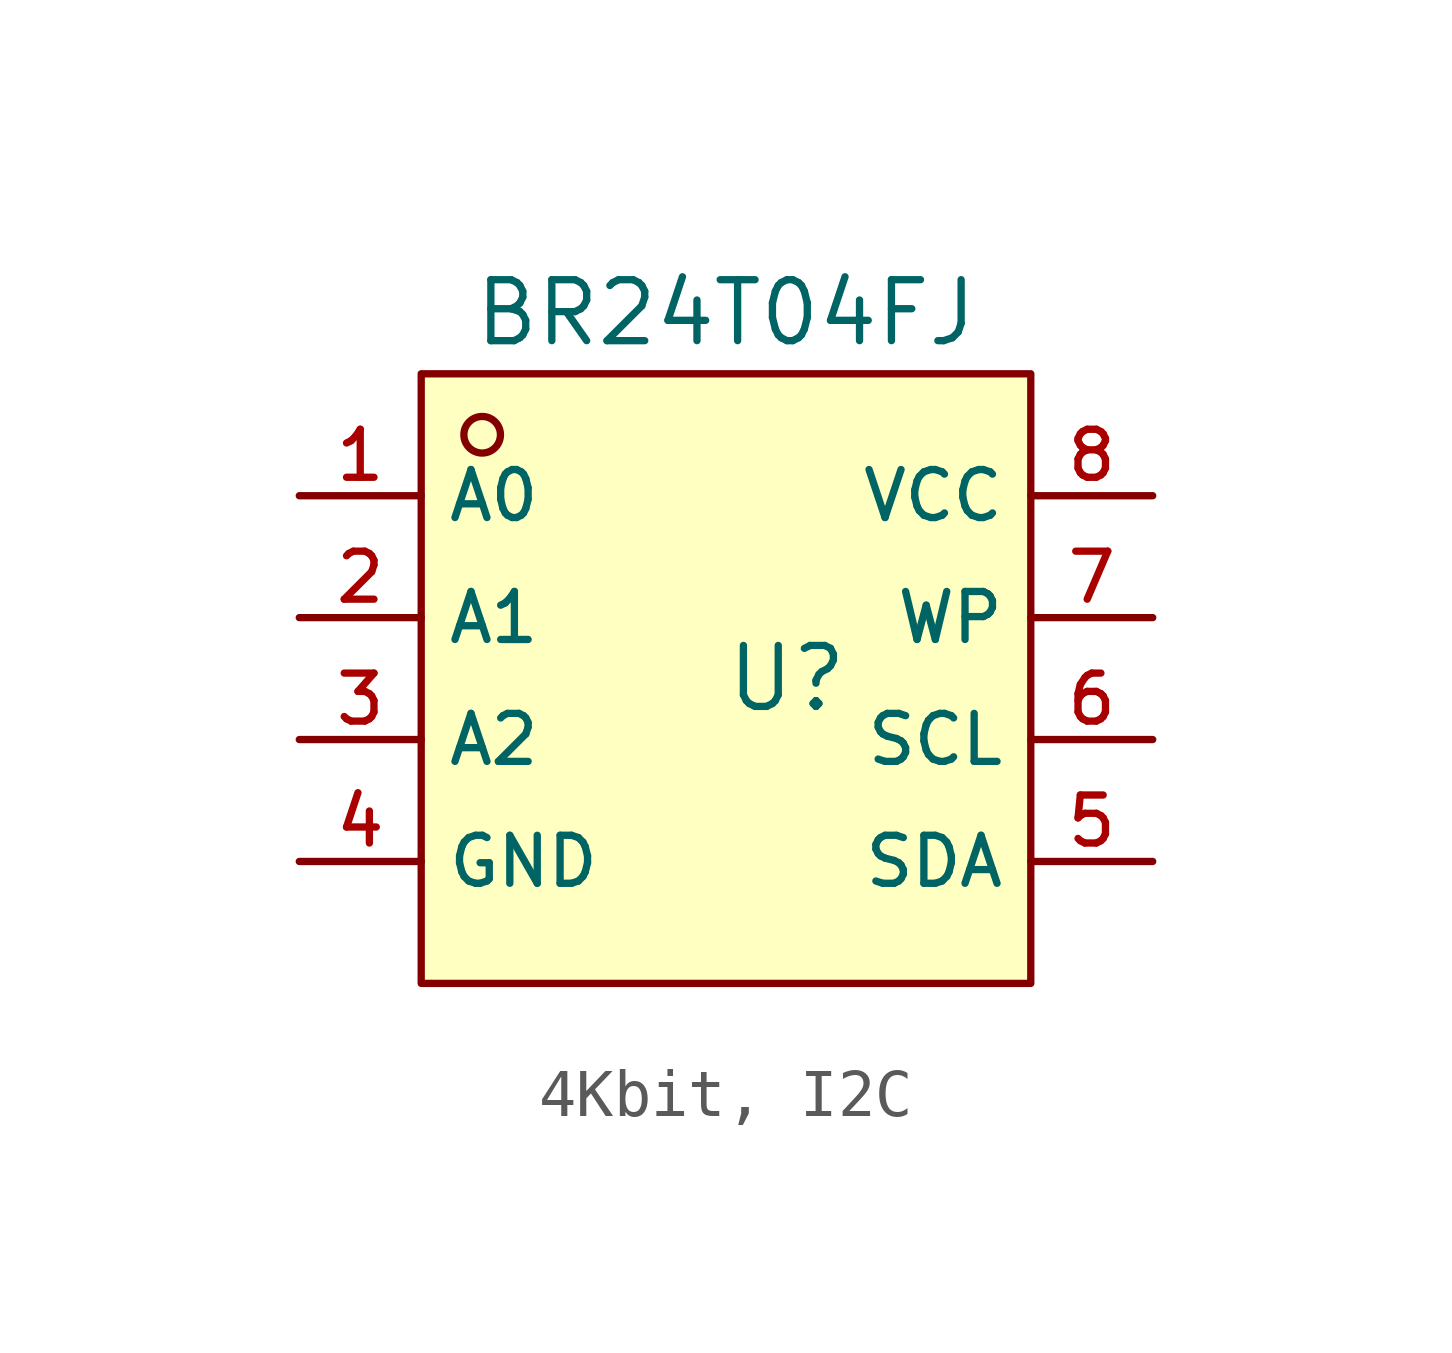
<source format=kicad_sym>
(kicad_symbol_lib
  (version 20231120)
  (generator "CDFER_Archive_Tool")
  (generator_version "0.0")
  (symbol "4Kbit, I2C"
    (property "Reference" "U"
      (at 0 1.27 0)
      (effects (font (size 1.27 1.27))))
    (property "Value" "BR24T04FJ"
      (at -1.27 8.89 0)
      (effects (font (size 1.27 1.27))))
    (symbol "4Kbit, I2C_0_1"
      (rectangle (start -7.62 7.62) (end 5.08 -5.08) (stroke (width 0) (type default)) (fill (type background)))
      (circle (center -6.35 6.35) (radius 0.381) (stroke (width 0) (type default)) (fill (type background)))
      (pin unspecified line (at -10.16 5.08 0) (length 2.54) (name "A0" (effects (font (size 1 1)))) (number "1" (effects (font (size 1 1)))))
      (pin unspecified line (at -10.16 2.54 0) (length 2.54) (name "A1" (effects (font (size 1 1)))) (number "2" (effects (font (size 1 1)))))
      (pin unspecified line (at -10.16 0 0) (length 2.54) (name "A2" (effects (font (size 1 1)))) (number "3" (effects (font (size 1 1)))))
      (pin unspecified line (at -10.16 -2.54 0) (length 2.54) (name "GND" (effects (font (size 1 1)))) (number "4" (effects (font (size 1 1)))))
      (pin unspecified line (at 7.62 -2.54 180) (length 2.54) (name "SDA" (effects (font (size 1 1)))) (number "5" (effects (font (size 1 1)))))
      (pin unspecified line (at 7.62 0 180) (length 2.54) (name "SCL" (effects (font (size 1 1)))) (number "6" (effects (font (size 1 1)))))
      (pin unspecified line (at 7.62 2.54 180) (length 2.54) (name "WP" (effects (font (size 1 1)))) (number "7" (effects (font (size 1 1)))))
      (pin unspecified line (at 7.62 5.08 180) (length 2.54) (name "VCC" (effects (font (size 1 1)))) (number "8" (effects (font (size 1 1))))))))
</source>
